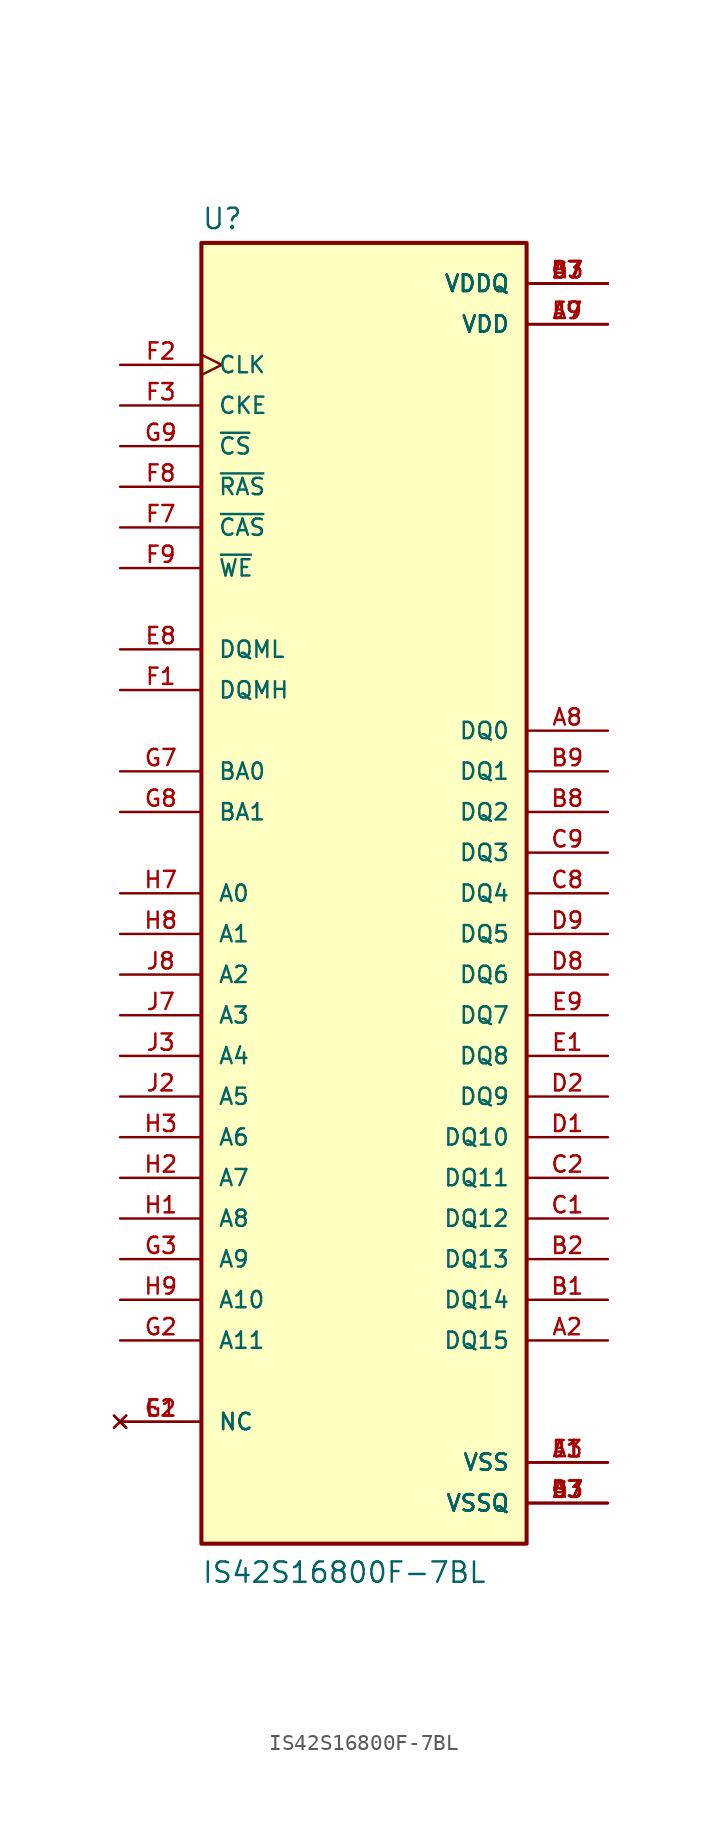
<source format=kicad_sym>
(kicad_symbol_lib
  (version 20220914)
  (generator kicad_symbol_editor)
  (symbol "IS42S16800F-7BL"
    (pin_names
      (offset 1.016))
    (property "Reference" "U"
      (at -10.16 41.402 0)
      (effects (font (size 1.27 1.27)) (justify left bottom)))
    (property "Value" "IS42S16800F-7BL"
      (at -10.16 -43.18 0)
      (effects (font (size 1.27 1.27)) (justify left bottom)))
    (symbol "IS42S16800F-7BL_0_0"
      (rectangle (start -10.16 -40.64) (end 10.16 40.64) (stroke (width 0.254) (type default)) (fill (type background)))
      (pin power_in line (at 15.24 -35.56 180) (length 5.08) (name "VSS" (effects (font (size 1.016 1.016)))) (number "A1" (effects (font (size 1.016 1.016)))))
      (pin bidirectional line (at 15.24 -27.94 180) (length 5.08) (name "DQ15" (effects (font (size 1.016 1.016)))) (number "A2" (effects (font (size 1.016 1.016)))))
      (pin power_in line (at 15.24 -38.1 180) (length 5.08) (name "VSSQ" (effects (font (size 1.016 1.016)))) (number "A3" (effects (font (size 1.016 1.016)))))
      (pin power_in line (at 15.24 38.1 180) (length 5.08) (name "VDDQ" (effects (font (size 1.016 1.016)))) (number "A7" (effects (font (size 1.016 1.016)))))
      (pin bidirectional line (at 15.24 10.16 180) (length 5.08) (name "DQ0" (effects (font (size 1.016 1.016)))) (number "A8" (effects (font (size 1.016 1.016)))))
      (pin power_in line (at 15.24 35.56 180) (length 5.08) (name "VDD" (effects (font (size 1.016 1.016)))) (number "A9" (effects (font (size 1.016 1.016)))))
      (pin bidirectional line (at 15.24 -25.4 180) (length 5.08) (name "DQ14" (effects (font (size 1.016 1.016)))) (number "B1" (effects (font (size 1.016 1.016)))))
      (pin bidirectional line (at 15.24 -22.86 180) (length 5.08) (name "DQ13" (effects (font (size 1.016 1.016)))) (number "B2" (effects (font (size 1.016 1.016)))))
      (pin power_in line (at 15.24 38.1 180) (length 5.08) (name "VDDQ" (effects (font (size 1.016 1.016)))) (number "B3" (effects (font (size 1.016 1.016)))))
      (pin power_in line (at 15.24 -38.1 180) (length 5.08) (name "VSSQ" (effects (font (size 1.016 1.016)))) (number "B7" (effects (font (size 1.016 1.016)))))
      (pin bidirectional line (at 15.24 5.08 180) (length 5.08) (name "DQ2" (effects (font (size 1.016 1.016)))) (number "B8" (effects (font (size 1.016 1.016)))))
      (pin bidirectional line (at 15.24 7.62 180) (length 5.08) (name "DQ1" (effects (font (size 1.016 1.016)))) (number "B9" (effects (font (size 1.016 1.016)))))
      (pin bidirectional line (at 15.24 -20.32 180) (length 5.08) (name "DQ12" (effects (font (size 1.016 1.016)))) (number "C1" (effects (font (size 1.016 1.016)))))
      (pin bidirectional line (at 15.24 -17.78 180) (length 5.08) (name "DQ11" (effects (font (size 1.016 1.016)))) (number "C2" (effects (font (size 1.016 1.016)))))
      (pin power_in line (at 15.24 -38.1 180) (length 5.08) (name "VSSQ" (effects (font (size 1.016 1.016)))) (number "C3" (effects (font (size 1.016 1.016)))))
      (pin power_in line (at 15.24 38.1 180) (length 5.08) (name "VDDQ" (effects (font (size 1.016 1.016)))) (number "C7" (effects (font (size 1.016 1.016)))))
      (pin bidirectional line (at 15.24 0 180) (length 5.08) (name "DQ4" (effects (font (size 1.016 1.016)))) (number "C8" (effects (font (size 1.016 1.016)))))
      (pin bidirectional line (at 15.24 2.54 180) (length 5.08) (name "DQ3" (effects (font (size 1.016 1.016)))) (number "C9" (effects (font (size 1.016 1.016)))))
      (pin bidirectional line (at 15.24 -15.24 180) (length 5.08) (name "DQ10" (effects (font (size 1.016 1.016)))) (number "D1" (effects (font (size 1.016 1.016)))))
      (pin bidirectional line (at 15.24 -12.7 180) (length 5.08) (name "DQ9" (effects (font (size 1.016 1.016)))) (number "D2" (effects (font (size 1.016 1.016)))))
      (pin power_in line (at 15.24 38.1 180) (length 5.08) (name "VDDQ" (effects (font (size 1.016 1.016)))) (number "D3" (effects (font (size 1.016 1.016)))))
      (pin power_in line (at 15.24 -38.1 180) (length 5.08) (name "VSSQ" (effects (font (size 1.016 1.016)))) (number "D7" (effects (font (size 1.016 1.016)))))
      (pin bidirectional line (at 15.24 -5.08 180) (length 5.08) (name "DQ6" (effects (font (size 1.016 1.016)))) (number "D8" (effects (font (size 1.016 1.016)))))
      (pin bidirectional line (at 15.24 -2.54 180) (length 5.08) (name "DQ5" (effects (font (size 1.016 1.016)))) (number "D9" (effects (font (size 1.016 1.016)))))
      (pin bidirectional line (at 15.24 -10.16 180) (length 5.08) (name "DQ8" (effects (font (size 1.016 1.016)))) (number "E1" (effects (font (size 1.016 1.016)))))
      (pin no_connect line (at -15.24 -33.02 0) (length 5.08) (name "NC" (effects (font (size 1.016 1.016)))) (number "E2" (effects (font (size 1.016 1.016)))))
      (pin power_in line (at 15.24 -35.56 180) (length 5.08) (name "VSS" (effects (font (size 1.016 1.016)))) (number "E3" (effects (font (size 1.016 1.016)))))
      (pin power_in line (at 15.24 35.56 180) (length 5.08) (name "VDD" (effects (font (size 1.016 1.016)))) (number "E7" (effects (font (size 1.016 1.016)))))
      (pin input line (at -15.24 15.24 0) (length 5.08) (name "DQML" (effects (font (size 1.016 1.016)))) (number "E8" (effects (font (size 1.016 1.016)))))
      (pin bidirectional line (at 15.24 -7.62 180) (length 5.08) (name "DQ7" (effects (font (size 1.016 1.016)))) (number "E9" (effects (font (size 1.016 1.016)))))
      (pin input line (at -15.24 12.7 0) (length 5.08) (name "DQMH" (effects (font (size 1.016 1.016)))) (number "F1" (effects (font (size 1.016 1.016)))))
      (pin input clock (at -15.24 33.02 0) (length 5.08) (name "CLK" (effects (font (size 1.016 1.016)))) (number "F2" (effects (font (size 1.016 1.016)))))
      (pin input line (at -15.24 30.48 0) (length 5.08) (name "CKE" (effects (font (size 1.016 1.016)))) (number "F3" (effects (font (size 1.016 1.016)))))
      (pin input line (at -15.24 22.86 0) (length 5.08) (name "~{CAS}" (effects (font (size 1.016 1.016)))) (number "F7" (effects (font (size 1.016 1.016)))))
      (pin input line (at -15.24 25.4 0) (length 5.08) (name "~{RAS}" (effects (font (size 1.016 1.016)))) (number "F8" (effects (font (size 1.016 1.016)))))
      (pin input line (at -15.24 20.32 0) (length 5.08) (name "~{WE}" (effects (font (size 1.016 1.016)))) (number "F9" (effects (font (size 1.016 1.016)))))
      (pin no_connect line (at -15.24 -33.02 0) (length 5.08) (name "NC" (effects (font (size 1.016 1.016)))) (number "G1" (effects (font (size 1.016 1.016)))))
      (pin input line (at -15.24 -27.94 0) (length 5.08) (name "A11" (effects (font (size 1.016 1.016)))) (number "G2" (effects (font (size 1.016 1.016)))))
      (pin input line (at -15.24 -22.86 0) (length 5.08) (name "A9" (effects (font (size 1.016 1.016)))) (number "G3" (effects (font (size 1.016 1.016)))))
      (pin input line (at -15.24 7.62 0) (length 5.08) (name "BA0" (effects (font (size 1.016 1.016)))) (number "G7" (effects (font (size 1.016 1.016)))))
      (pin input line (at -15.24 5.08 0) (length 5.08) (name "BA1" (effects (font (size 1.016 1.016)))) (number "G8" (effects (font (size 1.016 1.016)))))
      (pin input line (at -15.24 27.94 0) (length 5.08) (name "~{CS}" (effects (font (size 1.016 1.016)))) (number "G9" (effects (font (size 1.016 1.016)))))
      (pin input line (at -15.24 -20.32 0) (length 5.08) (name "A8" (effects (font (size 1.016 1.016)))) (number "H1" (effects (font (size 1.016 1.016)))))
      (pin input line (at -15.24 -17.78 0) (length 5.08) (name "A7" (effects (font (size 1.016 1.016)))) (number "H2" (effects (font (size 1.016 1.016)))))
      (pin input line (at -15.24 -15.24 0) (length 5.08) (name "A6" (effects (font (size 1.016 1.016)))) (number "H3" (effects (font (size 1.016 1.016)))))
      (pin input line (at -15.24 0 0) (length 5.08) (name "A0" (effects (font (size 1.016 1.016)))) (number "H7" (effects (font (size 1.016 1.016)))))
      (pin input line (at -15.24 -2.54 0) (length 5.08) (name "A1" (effects (font (size 1.016 1.016)))) (number "H8" (effects (font (size 1.016 1.016)))))
      (pin input line (at -15.24 -25.4 0) (length 5.08) (name "A10" (effects (font (size 1.016 1.016)))) (number "H9" (effects (font (size 1.016 1.016)))))
      (pin power_in line (at 15.24 -35.56 180) (length 5.08) (name "VSS" (effects (font (size 1.016 1.016)))) (number "J1" (effects (font (size 1.016 1.016)))))
      (pin input line (at -15.24 -12.7 0) (length 5.08) (name "A5" (effects (font (size 1.016 1.016)))) (number "J2" (effects (font (size 1.016 1.016)))))
      (pin input line (at -15.24 -10.16 0) (length 5.08) (name "A4" (effects (font (size 1.016 1.016)))) (number "J3" (effects (font (size 1.016 1.016)))))
      (pin input line (at -15.24 -7.62 0) (length 5.08) (name "A3" (effects (font (size 1.016 1.016)))) (number "J7" (effects (font (size 1.016 1.016)))))
      (pin input line (at -15.24 -5.08 0) (length 5.08) (name "A2" (effects (font (size 1.016 1.016)))) (number "J8" (effects (font (size 1.016 1.016)))))
      (pin power_in line (at 15.24 35.56 180) (length 5.08) (name "VDD" (effects (font (size 1.016 1.016)))) (number "J9" (effects (font (size 1.016 1.016))))))))
</source>
